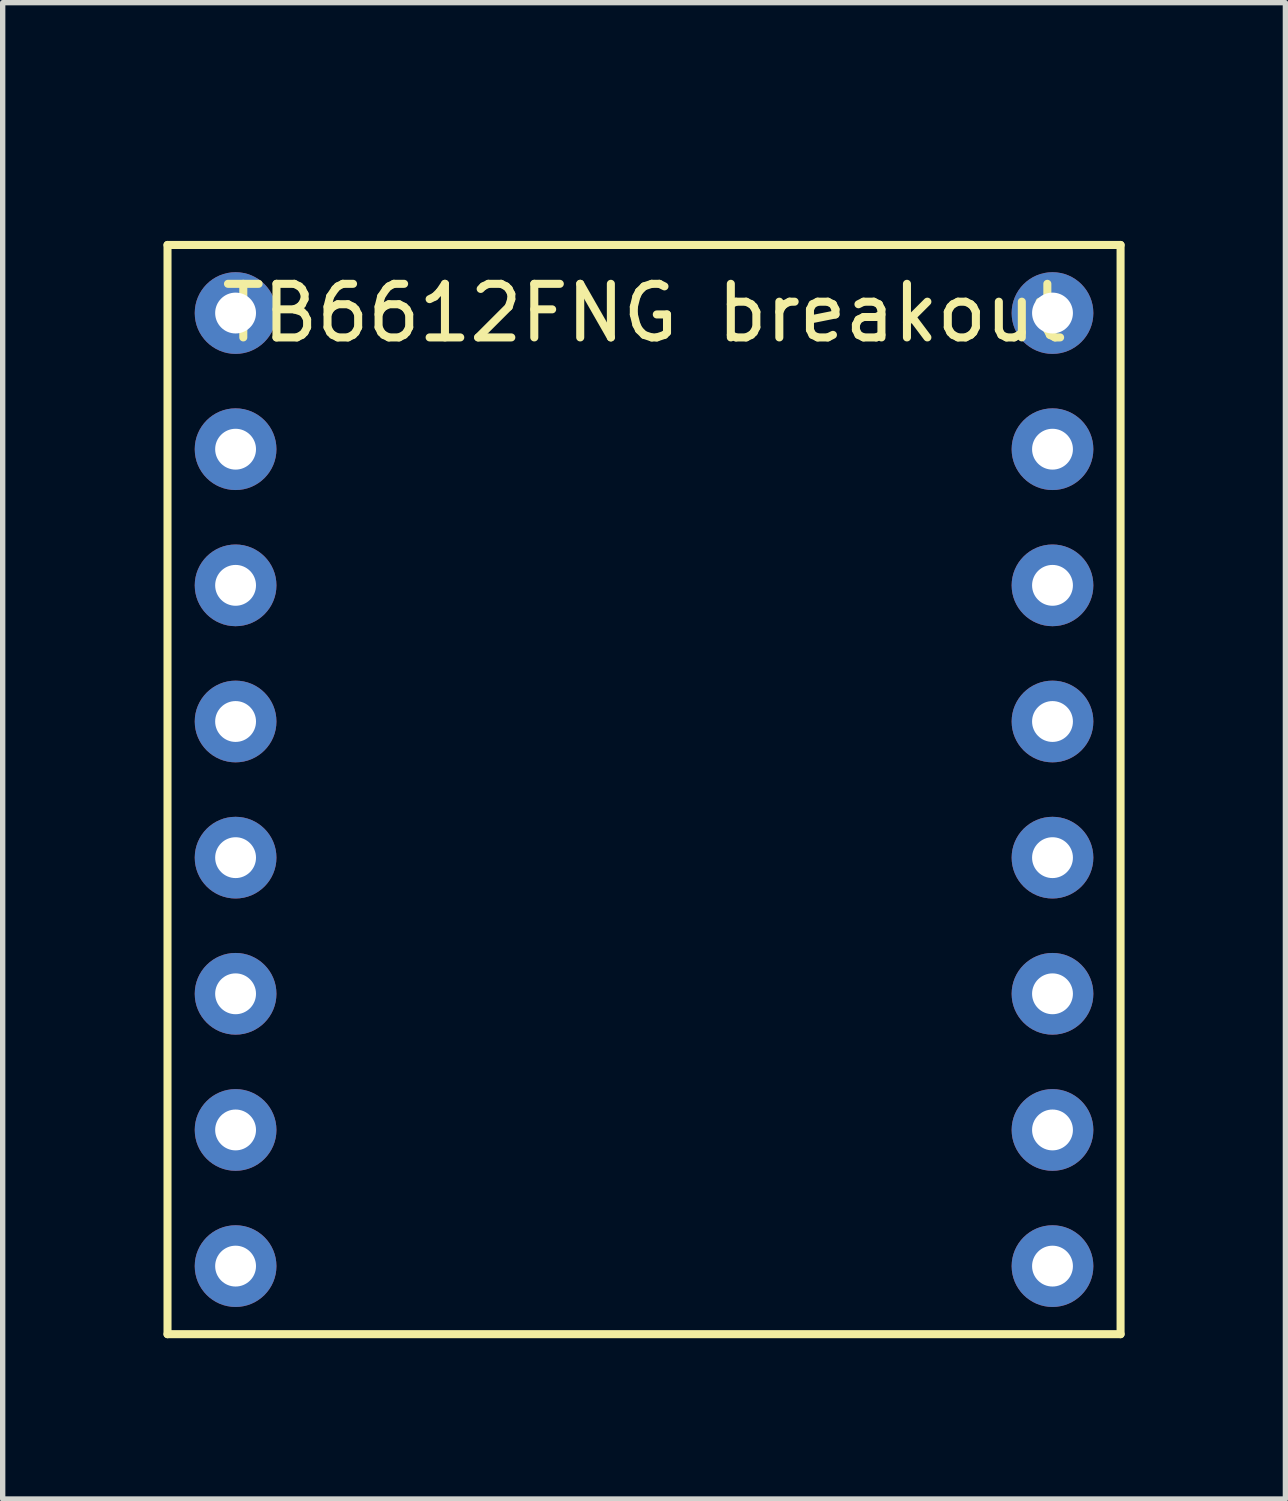
<source format=kicad_pcb>
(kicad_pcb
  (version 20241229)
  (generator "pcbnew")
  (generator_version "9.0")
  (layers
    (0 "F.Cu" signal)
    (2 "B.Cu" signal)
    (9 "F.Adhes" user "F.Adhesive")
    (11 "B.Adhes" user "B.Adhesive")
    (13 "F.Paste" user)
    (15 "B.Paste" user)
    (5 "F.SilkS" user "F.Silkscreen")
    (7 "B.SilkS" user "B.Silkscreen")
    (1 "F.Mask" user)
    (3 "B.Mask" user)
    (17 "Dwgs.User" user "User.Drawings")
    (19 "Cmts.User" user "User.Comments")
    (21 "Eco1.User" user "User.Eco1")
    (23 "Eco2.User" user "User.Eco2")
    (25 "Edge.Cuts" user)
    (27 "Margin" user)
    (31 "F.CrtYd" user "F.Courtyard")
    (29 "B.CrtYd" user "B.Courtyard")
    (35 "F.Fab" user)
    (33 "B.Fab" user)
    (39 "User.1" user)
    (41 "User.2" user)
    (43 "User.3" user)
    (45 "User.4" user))
  (footprint "TB6612FNG breakout"
    (layer "F.Cu")
    (at 8.965 0.25)
    (property "Reference" "TB6612FNG breakout" (at 0 2.54 0) (layer "F.SilkS") (effects (font (size 1 1) (thickness 0.15))))
    (attr through_hole)
    (fp_line (start -8.89 1.27) (end -8.89 21.59) (stroke (width 0.15) (type solid)) (layer "F.SilkS"))
    (fp_line (start -8.89 21.59) (end 8.89 21.59) (stroke (width 0.15) (type solid)) (layer "F.SilkS"))
    (fp_line (start 8.89 1.27) (end -8.89 1.27) (stroke (width 0.15) (type solid)) (layer "F.SilkS"))
    (fp_line (start 8.89 21.59) (end 8.89 1.27) (stroke (width 0.15) (type solid)) (layer "F.SilkS"))
    (pad "1" thru_hole circle (at -7.62 2.54) (size 1.524 1.524) (drill 0.762) (layers "*.Cu" "*.Mask"))
    (pad "2" thru_hole circle (at -7.62 5.08) (size 1.524 1.524) (drill 0.762) (layers "*.Cu" "*.Mask"))
    (pad "3" thru_hole circle (at -7.62 7.62) (size 1.524 1.524) (drill 0.762) (layers "*.Cu" "*.Mask"))
    (pad "4" thru_hole circle (at -7.62 10.16) (size 1.524 1.524) (drill 0.762) (layers "*.Cu" "*.Mask"))
    (pad "5" thru_hole circle (at -7.62 12.7) (size 1.524 1.524) (drill 0.762) (layers "*.Cu" "*.Mask"))
    (pad "6" thru_hole circle (at -7.62 15.24) (size 1.524 1.524) (drill 0.762) (layers "*.Cu" "*.Mask"))
    (pad "7" thru_hole circle (at -7.62 17.78) (size 1.524 1.524) (drill 0.762) (layers "*.Cu" "*.Mask"))
    (pad "8" thru_hole circle (at -7.62 20.32) (size 1.524 1.524) (drill 0.762) (layers "*.Cu" "*.Mask"))
    (pad "9" thru_hole circle (at 7.62 20.32) (size 1.524 1.524) (drill 0.762) (layers "*.Cu" "*.Mask"))
    (pad "10" thru_hole circle (at 7.62 17.78) (size 1.524 1.524) (drill 0.762) (layers "*.Cu" "*.Mask"))
    (pad "11" thru_hole circle (at 7.62 15.24) (size 1.524 1.524) (drill 0.762) (layers "*.Cu" "*.Mask"))
    (pad "12" thru_hole circle (at 7.62 12.7) (size 1.524 1.524) (drill 0.762) (layers "*.Cu" "*.Mask"))
    (pad "13" thru_hole circle (at 7.62 10.16) (size 1.524 1.524) (drill 0.762) (layers "*.Cu" "*.Mask"))
    (pad "14" thru_hole circle (at 7.62 7.62) (size 1.524 1.524) (drill 0.762) (layers "*.Cu" "*.Mask"))
    (pad "15" thru_hole circle (at 7.62 5.08) (size 1.524 1.524) (drill 0.762) (layers "*.Cu" "*.Mask"))
    (pad "16" thru_hole circle (at 7.62 2.54) (size 1.524 1.524) (drill 0.762) (layers "*.Cu" "*.Mask")))
  (gr_rect
    (start -3 -3)
    (end 20.93 24.915)
    (stroke (width 0.1) (type default))
    (fill no)
    (layer "Edge.Cuts")))
</source>
